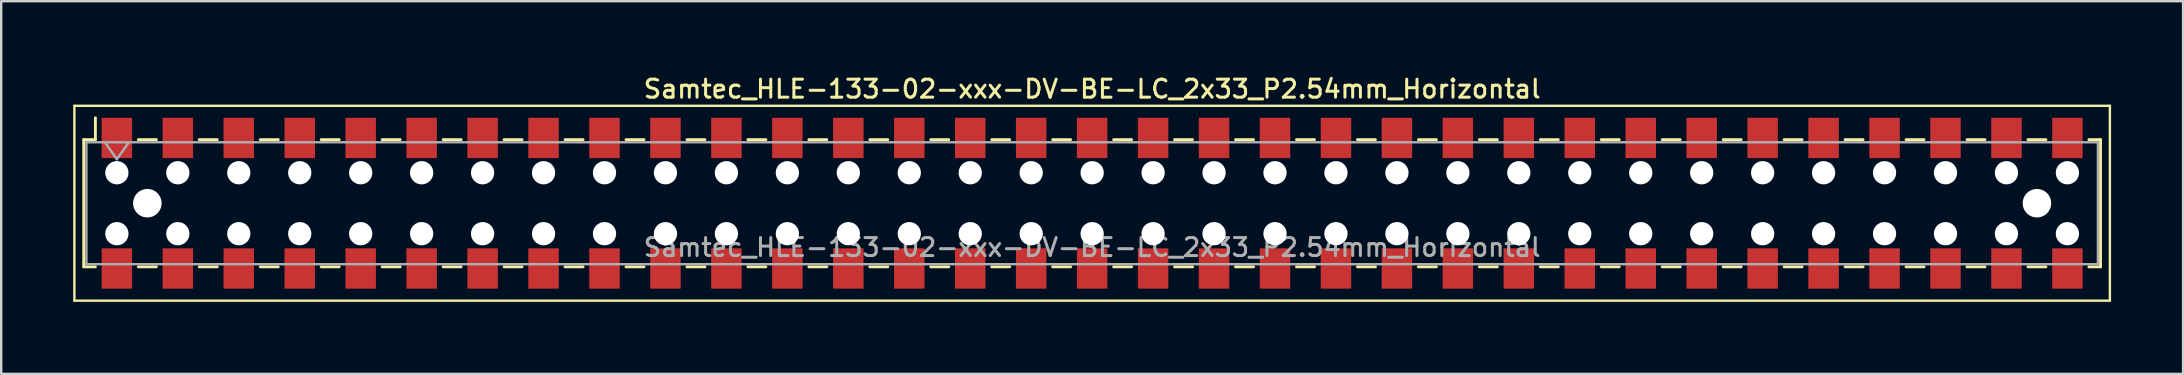
<source format=kicad_pcb>
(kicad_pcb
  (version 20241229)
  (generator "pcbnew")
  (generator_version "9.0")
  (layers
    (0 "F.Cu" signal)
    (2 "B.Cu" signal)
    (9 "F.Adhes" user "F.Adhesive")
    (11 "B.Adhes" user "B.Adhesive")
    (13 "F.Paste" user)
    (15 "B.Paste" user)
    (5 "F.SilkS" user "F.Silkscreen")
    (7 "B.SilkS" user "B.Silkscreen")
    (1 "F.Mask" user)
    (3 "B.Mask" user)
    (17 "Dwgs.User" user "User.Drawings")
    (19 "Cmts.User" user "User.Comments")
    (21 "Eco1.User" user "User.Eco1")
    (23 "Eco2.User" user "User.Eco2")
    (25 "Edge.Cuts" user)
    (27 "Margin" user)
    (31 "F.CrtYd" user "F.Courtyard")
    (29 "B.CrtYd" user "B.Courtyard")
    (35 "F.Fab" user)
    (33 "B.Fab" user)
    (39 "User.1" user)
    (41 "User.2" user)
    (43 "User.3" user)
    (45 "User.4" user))
  (footprint "Samtec_HLE-133-02-xxx-DV-BE-LC_2x33_P2.54mm_Horizontal"
    (layer "F.Cu")
    (at 42.46 5.418)
    (property "Reference" "Samtec_HLE-133-02-xxx-DV-BE-LC_2x33_P2.54mm_Horizontal" (at 0 -4.76 0) (layer "F.SilkS") (effects (font (size 0.75 0.75) (thickness 0.125))))
    (attr smd)
    (fp_line (start -42.41 -4.06) (end 42.41 -4.06) (stroke (width 0.1) (type solid)) (layer "F.SilkS"))
    (fp_line (start -42.41 4.06) (end -42.41 -4.06) (stroke (width 0.1) (type solid)) (layer "F.SilkS"))
    (fp_line (start -42.02 -2.65) (end -42.02 2.65) (stroke (width 0.12) (type solid)) (layer "F.SilkS"))
    (fp_line (start -42.02 2.65) (end -41.535 2.65) (stroke (width 0.12) (type solid)) (layer "F.SilkS"))
    (fp_line (start -41.535 -3.56) (end -41.535 -2.65) (stroke (width 0.12) (type solid)) (layer "F.SilkS"))
    (fp_line (start -41.535 -2.65) (end -42.02 -2.65) (stroke (width 0.12) (type solid)) (layer "F.SilkS"))
    (fp_line (start -39.745 -2.65) (end -38.995 -2.65) (stroke (width 0.12) (type solid)) (layer "F.SilkS"))
    (fp_line (start -39.745 2.65) (end -38.995 2.65) (stroke (width 0.12) (type solid)) (layer "F.SilkS"))
    (fp_line (start -37.205 -2.65) (end -36.455 -2.65) (stroke (width 0.12) (type solid)) (layer "F.SilkS"))
    (fp_line (start -37.205 2.65) (end -36.455 2.65) (stroke (width 0.12) (type solid)) (layer "F.SilkS"))
    (fp_line (start -34.665 -2.65) (end -33.915 -2.65) (stroke (width 0.12) (type solid)) (layer "F.SilkS"))
    (fp_line (start -34.665 2.65) (end -33.915 2.65) (stroke (width 0.12) (type solid)) (layer "F.SilkS"))
    (fp_line (start -32.125 -2.65) (end -31.375 -2.65) (stroke (width 0.12) (type solid)) (layer "F.SilkS"))
    (fp_line (start -32.125 2.65) (end -31.375 2.65) (stroke (width 0.12) (type solid)) (layer "F.SilkS"))
    (fp_line (start -29.585 -2.65) (end -28.835 -2.65) (stroke (width 0.12) (type solid)) (layer "F.SilkS"))
    (fp_line (start -29.585 2.65) (end -28.835 2.65) (stroke (width 0.12) (type solid)) (layer "F.SilkS"))
    (fp_line (start -27.045 -2.65) (end -26.295 -2.65) (stroke (width 0.12) (type solid)) (layer "F.SilkS"))
    (fp_line (start -27.045 2.65) (end -26.295 2.65) (stroke (width 0.12) (type solid)) (layer "F.SilkS"))
    (fp_line (start -24.505 -2.65) (end -23.755 -2.65) (stroke (width 0.12) (type solid)) (layer "F.SilkS"))
    (fp_line (start -24.505 2.65) (end -23.755 2.65) (stroke (width 0.12) (type solid)) (layer "F.SilkS"))
    (fp_line (start -21.965 -2.65) (end -21.215 -2.65) (stroke (width 0.12) (type solid)) (layer "F.SilkS"))
    (fp_line (start -21.965 2.65) (end -21.215 2.65) (stroke (width 0.12) (type solid)) (layer "F.SilkS"))
    (fp_line (start -19.425 -2.65) (end -18.675 -2.65) (stroke (width 0.12) (type solid)) (layer "F.SilkS"))
    (fp_line (start -19.425 2.65) (end -18.675 2.65) (stroke (width 0.12) (type solid)) (layer "F.SilkS"))
    (fp_line (start -16.885 -2.65) (end -16.135 -2.65) (stroke (width 0.12) (type solid)) (layer "F.SilkS"))
    (fp_line (start -16.885 2.65) (end -16.135 2.65) (stroke (width 0.12) (type solid)) (layer "F.SilkS"))
    (fp_line (start -14.345 -2.65) (end -13.595 -2.65) (stroke (width 0.12) (type solid)) (layer "F.SilkS"))
    (fp_line (start -14.345 2.65) (end -13.595 2.65) (stroke (width 0.12) (type solid)) (layer "F.SilkS"))
    (fp_line (start -11.805 -2.65) (end -11.055 -2.65) (stroke (width 0.12) (type solid)) (layer "F.SilkS"))
    (fp_line (start -11.805 2.65) (end -11.055 2.65) (stroke (width 0.12) (type solid)) (layer "F.SilkS"))
    (fp_line (start -9.265 -2.65) (end -8.515 -2.65) (stroke (width 0.12) (type solid)) (layer "F.SilkS"))
    (fp_line (start -9.265 2.65) (end -8.515 2.65) (stroke (width 0.12) (type solid)) (layer "F.SilkS"))
    (fp_line (start -6.725 -2.65) (end -5.975 -2.65) (stroke (width 0.12) (type solid)) (layer "F.SilkS"))
    (fp_line (start -6.725 2.65) (end -5.975 2.65) (stroke (width 0.12) (type solid)) (layer "F.SilkS"))
    (fp_line (start -4.185 -2.65) (end -3.435 -2.65) (stroke (width 0.12) (type solid)) (layer "F.SilkS"))
    (fp_line (start -4.185 2.65) (end -3.435 2.65) (stroke (width 0.12) (type solid)) (layer "F.SilkS"))
    (fp_line (start -1.645 -2.65) (end -0.895 -2.65) (stroke (width 0.12) (type solid)) (layer "F.SilkS"))
    (fp_line (start -1.645 2.65) (end -0.895 2.65) (stroke (width 0.12) (type solid)) (layer "F.SilkS"))
    (fp_line (start 0.895 -2.65) (end 1.645 -2.65) (stroke (width 0.12) (type solid)) (layer "F.SilkS"))
    (fp_line (start 0.895 2.65) (end 1.645 2.65) (stroke (width 0.12) (type solid)) (layer "F.SilkS"))
    (fp_line (start 3.435 -2.65) (end 4.185 -2.65) (stroke (width 0.12) (type solid)) (layer "F.SilkS"))
    (fp_line (start 3.435 2.65) (end 4.185 2.65) (stroke (width 0.12) (type solid)) (layer "F.SilkS"))
    (fp_line (start 5.975 -2.65) (end 6.725 -2.65) (stroke (width 0.12) (type solid)) (layer "F.SilkS"))
    (fp_line (start 5.975 2.65) (end 6.725 2.65) (stroke (width 0.12) (type solid)) (layer "F.SilkS"))
    (fp_line (start 8.515 -2.65) (end 9.265 -2.65) (stroke (width 0.12) (type solid)) (layer "F.SilkS"))
    (fp_line (start 8.515 2.65) (end 9.265 2.65) (stroke (width 0.12) (type solid)) (layer "F.SilkS"))
    (fp_line (start 11.055 -2.65) (end 11.805 -2.65) (stroke (width 0.12) (type solid)) (layer "F.SilkS"))
    (fp_line (start 11.055 2.65) (end 11.805 2.65) (stroke (width 0.12) (type solid)) (layer "F.SilkS"))
    (fp_line (start 13.595 -2.65) (end 14.345 -2.65) (stroke (width 0.12) (type solid)) (layer "F.SilkS"))
    (fp_line (start 13.595 2.65) (end 14.345 2.65) (stroke (width 0.12) (type solid)) (layer "F.SilkS"))
    (fp_line (start 16.135 -2.65) (end 16.885 -2.65) (stroke (width 0.12) (type solid)) (layer "F.SilkS"))
    (fp_line (start 16.135 2.65) (end 16.885 2.65) (stroke (width 0.12) (type solid)) (layer "F.SilkS"))
    (fp_line (start 18.675 -2.65) (end 19.425 -2.65) (stroke (width 0.12) (type solid)) (layer "F.SilkS"))
    (fp_line (start 18.675 2.65) (end 19.425 2.65) (stroke (width 0.12) (type solid)) (layer "F.SilkS"))
    (fp_line (start 21.215 -2.65) (end 21.965 -2.65) (stroke (width 0.12) (type solid)) (layer "F.SilkS"))
    (fp_line (start 21.215 2.65) (end 21.965 2.65) (stroke (width 0.12) (type solid)) (layer "F.SilkS"))
    (fp_line (start 23.755 -2.65) (end 24.505 -2.65) (stroke (width 0.12) (type solid)) (layer "F.SilkS"))
    (fp_line (start 23.755 2.65) (end 24.505 2.65) (stroke (width 0.12) (type solid)) (layer "F.SilkS"))
    (fp_line (start 26.295 -2.65) (end 27.045 -2.65) (stroke (width 0.12) (type solid)) (layer "F.SilkS"))
    (fp_line (start 26.295 2.65) (end 27.045 2.65) (stroke (width 0.12) (type solid)) (layer "F.SilkS"))
    (fp_line (start 28.835 -2.65) (end 29.585 -2.65) (stroke (width 0.12) (type solid)) (layer "F.SilkS"))
    (fp_line (start 28.835 2.65) (end 29.585 2.65) (stroke (width 0.12) (type solid)) (layer "F.SilkS"))
    (fp_line (start 31.375 -2.65) (end 32.125 -2.65) (stroke (width 0.12) (type solid)) (layer "F.SilkS"))
    (fp_line (start 31.375 2.65) (end 32.125 2.65) (stroke (width 0.12) (type solid)) (layer "F.SilkS"))
    (fp_line (start 33.915 -2.65) (end 34.665 -2.65) (stroke (width 0.12) (type solid)) (layer "F.SilkS"))
    (fp_line (start 33.915 2.65) (end 34.665 2.65) (stroke (width 0.12) (type solid)) (layer "F.SilkS"))
    (fp_line (start 36.455 -2.65) (end 37.205 -2.65) (stroke (width 0.12) (type solid)) (layer "F.SilkS"))
    (fp_line (start 36.455 2.65) (end 37.205 2.65) (stroke (width 0.12) (type solid)) (layer "F.SilkS"))
    (fp_line (start 38.995 -2.65) (end 39.745 -2.65) (stroke (width 0.12) (type solid)) (layer "F.SilkS"))
    (fp_line (start 38.995 2.65) (end 39.745 2.65) (stroke (width 0.12) (type solid)) (layer "F.SilkS"))
    (fp_line (start 41.535 -2.65) (end 42.02 -2.65) (stroke (width 0.12) (type solid)) (layer "F.SilkS"))
    (fp_line (start 42.02 -2.65) (end 42.02 2.65) (stroke (width 0.12) (type solid)) (layer "F.SilkS"))
    (fp_line (start 42.02 2.65) (end 41.535 2.65) (stroke (width 0.12) (type solid)) (layer "F.SilkS"))
    (fp_line (start 42.41 -4.06) (end 42.41 4.06) (stroke (width 0.1) (type solid)) (layer "F.SilkS"))
    (fp_line (start 42.41 4.06) (end -42.41 4.06) (stroke (width 0.1) (type solid)) (layer "F.SilkS"))
    (fp_line (start -41.91 -2.54) (end 41.91 -2.54) (stroke (width 0.1) (type solid)) (layer "F.Fab"))
    (fp_line (start -41.91 2.54) (end -41.91 -2.54) (stroke (width 0.1) (type solid)) (layer "F.Fab"))
    (fp_line (start -41.14 -2.54) (end -40.64 -1.833) (stroke (width 0.1) (type solid)) (layer "F.Fab"))
    (fp_line (start -40.64 -1.833) (end -40.14 -2.54) (stroke (width 0.1) (type solid)) (layer "F.Fab"))
    (fp_line (start 41.91 -2.54) (end 41.91 2.54) (stroke (width 0.1) (type solid)) (layer "F.Fab"))
    (fp_line (start 41.91 2.54) (end -41.91 2.54) (stroke (width 0.1) (type solid)) (layer "F.Fab"))
    (fp_text user "${REFERENCE}" (at 0 1.84 0) (layer "F.Fab") (effects (font (size 0.75 0.75) (thickness 0.125))))
    (pad "" np_thru_hole circle (at -40.64 -1.27) (size 0.97 0.97) (drill 0.97) (layers "*.Cu" "*.Mask"))
    (pad "" np_thru_hole circle (at -40.64 1.27) (size 0.97 0.97) (drill 0.97) (layers "*.Cu" "*.Mask"))
    (pad "" np_thru_hole circle (at -39.37 0) (size 1.19 1.19) (drill 1.19) (layers "*.Cu" "*.Mask"))
    (pad "" np_thru_hole circle (at -38.1 -1.27) (size 0.97 0.97) (drill 0.97) (layers "*.Cu" "*.Mask"))
    (pad "" np_thru_hole circle (at -38.1 1.27) (size 0.97 0.97) (drill 0.97) (layers "*.Cu" "*.Mask"))
    (pad "" np_thru_hole circle (at -35.56 -1.27) (size 0.97 0.97) (drill 0.97) (layers "*.Cu" "*.Mask"))
    (pad "" np_thru_hole circle (at -35.56 1.27) (size 0.97 0.97) (drill 0.97) (layers "*.Cu" "*.Mask"))
    (pad "" np_thru_hole circle (at -33.02 -1.27) (size 0.97 0.97) (drill 0.97) (layers "*.Cu" "*.Mask"))
    (pad "" np_thru_hole circle (at -33.02 1.27) (size 0.97 0.97) (drill 0.97) (layers "*.Cu" "*.Mask"))
    (pad "" np_thru_hole circle (at -30.48 -1.27) (size 0.97 0.97) (drill 0.97) (layers "*.Cu" "*.Mask"))
    (pad "" np_thru_hole circle (at -30.48 1.27) (size 0.97 0.97) (drill 0.97) (layers "*.Cu" "*.Mask"))
    (pad "" np_thru_hole circle (at -27.94 -1.27) (size 0.97 0.97) (drill 0.97) (layers "*.Cu" "*.Mask"))
    (pad "" np_thru_hole circle (at -27.94 1.27) (size 0.97 0.97) (drill 0.97) (layers "*.Cu" "*.Mask"))
    (pad "" np_thru_hole circle (at -25.4 -1.27) (size 0.97 0.97) (drill 0.97) (layers "*.Cu" "*.Mask"))
    (pad "" np_thru_hole circle (at -25.4 1.27) (size 0.97 0.97) (drill 0.97) (layers "*.Cu" "*.Mask"))
    (pad "" np_thru_hole circle (at -22.86 -1.27) (size 0.97 0.97) (drill 0.97) (layers "*.Cu" "*.Mask"))
    (pad "" np_thru_hole circle (at -22.86 1.27) (size 0.97 0.97) (drill 0.97) (layers "*.Cu" "*.Mask"))
    (pad "" np_thru_hole circle (at -20.32 -1.27) (size 0.97 0.97) (drill 0.97) (layers "*.Cu" "*.Mask"))
    (pad "" np_thru_hole circle (at -20.32 1.27) (size 0.97 0.97) (drill 0.97) (layers "*.Cu" "*.Mask"))
    (pad "" np_thru_hole circle (at -17.78 -1.27) (size 0.97 0.97) (drill 0.97) (layers "*.Cu" "*.Mask"))
    (pad "" np_thru_hole circle (at -17.78 1.27) (size 0.97 0.97) (drill 0.97) (layers "*.Cu" "*.Mask"))
    (pad "" np_thru_hole circle (at -15.24 -1.27) (size 0.97 0.97) (drill 0.97) (layers "*.Cu" "*.Mask"))
    (pad "" np_thru_hole circle (at -15.24 1.27) (size 0.97 0.97) (drill 0.97) (layers "*.Cu" "*.Mask"))
    (pad "" np_thru_hole circle (at -12.7 -1.27) (size 0.97 0.97) (drill 0.97) (layers "*.Cu" "*.Mask"))
    (pad "" np_thru_hole circle (at -12.7 1.27) (size 0.97 0.97) (drill 0.97) (layers "*.Cu" "*.Mask"))
    (pad "" np_thru_hole circle (at -10.16 -1.27) (size 0.97 0.97) (drill 0.97) (layers "*.Cu" "*.Mask"))
    (pad "" np_thru_hole circle (at -10.16 1.27) (size 0.97 0.97) (drill 0.97) (layers "*.Cu" "*.Mask"))
    (pad "" np_thru_hole circle (at -7.62 -1.27) (size 0.97 0.97) (drill 0.97) (layers "*.Cu" "*.Mask"))
    (pad "" np_thru_hole circle (at -7.62 1.27) (size 0.97 0.97) (drill 0.97) (layers "*.Cu" "*.Mask"))
    (pad "" np_thru_hole circle (at -5.08 -1.27) (size 0.97 0.97) (drill 0.97) (layers "*.Cu" "*.Mask"))
    (pad "" np_thru_hole circle (at -5.08 1.27) (size 0.97 0.97) (drill 0.97) (layers "*.Cu" "*.Mask"))
    (pad "" np_thru_hole circle (at -2.54 -1.27) (size 0.97 0.97) (drill 0.97) (layers "*.Cu" "*.Mask"))
    (pad "" np_thru_hole circle (at -2.54 1.27) (size 0.97 0.97) (drill 0.97) (layers "*.Cu" "*.Mask"))
    (pad "" np_thru_hole circle (at 0 -1.27) (size 0.97 0.97) (drill 0.97) (layers "*.Cu" "*.Mask"))
    (pad "" np_thru_hole circle (at 0 1.27) (size 0.97 0.97) (drill 0.97) (layers "*.Cu" "*.Mask"))
    (pad "" np_thru_hole circle (at 2.54 -1.27) (size 0.97 0.97) (drill 0.97) (layers "*.Cu" "*.Mask"))
    (pad "" np_thru_hole circle (at 2.54 1.27) (size 0.97 0.97) (drill 0.97) (layers "*.Cu" "*.Mask"))
    (pad "" np_thru_hole circle (at 5.08 -1.27) (size 0.97 0.97) (drill 0.97) (layers "*.Cu" "*.Mask"))
    (pad "" np_thru_hole circle (at 5.08 1.27) (size 0.97 0.97) (drill 0.97) (layers "*.Cu" "*.Mask"))
    (pad "" np_thru_hole circle (at 7.62 -1.27) (size 0.97 0.97) (drill 0.97) (layers "*.Cu" "*.Mask"))
    (pad "" np_thru_hole circle (at 7.62 1.27) (size 0.97 0.97) (drill 0.97) (layers "*.Cu" "*.Mask"))
    (pad "" np_thru_hole circle (at 10.16 -1.27) (size 0.97 0.97) (drill 0.97) (layers "*.Cu" "*.Mask"))
    (pad "" np_thru_hole circle (at 10.16 1.27) (size 0.97 0.97) (drill 0.97) (layers "*.Cu" "*.Mask"))
    (pad "" np_thru_hole circle (at 12.7 -1.27) (size 0.97 0.97) (drill 0.97) (layers "*.Cu" "*.Mask"))
    (pad "" np_thru_hole circle (at 12.7 1.27) (size 0.97 0.97) (drill 0.97) (layers "*.Cu" "*.Mask"))
    (pad "" np_thru_hole circle (at 15.24 -1.27) (size 0.97 0.97) (drill 0.97) (layers "*.Cu" "*.Mask"))
    (pad "" np_thru_hole circle (at 15.24 1.27) (size 0.97 0.97) (drill 0.97) (layers "*.Cu" "*.Mask"))
    (pad "" np_thru_hole circle (at 17.78 -1.27) (size 0.97 0.97) (drill 0.97) (layers "*.Cu" "*.Mask"))
    (pad "" np_thru_hole circle (at 17.78 1.27) (size 0.97 0.97) (drill 0.97) (layers "*.Cu" "*.Mask"))
    (pad "" np_thru_hole circle (at 20.32 -1.27) (size 0.97 0.97) (drill 0.97) (layers "*.Cu" "*.Mask"))
    (pad "" np_thru_hole circle (at 20.32 1.27) (size 0.97 0.97) (drill 0.97) (layers "*.Cu" "*.Mask"))
    (pad "" np_thru_hole circle (at 22.86 -1.27) (size 0.97 0.97) (drill 0.97) (layers "*.Cu" "*.Mask"))
    (pad "" np_thru_hole circle (at 22.86 1.27) (size 0.97 0.97) (drill 0.97) (layers "*.Cu" "*.Mask"))
    (pad "" np_thru_hole circle (at 25.4 -1.27) (size 0.97 0.97) (drill 0.97) (layers "*.Cu" "*.Mask"))
    (pad "" np_thru_hole circle (at 25.4 1.27) (size 0.97 0.97) (drill 0.97) (layers "*.Cu" "*.Mask"))
    (pad "" np_thru_hole circle (at 27.94 -1.27) (size 0.97 0.97) (drill 0.97) (layers "*.Cu" "*.Mask"))
    (pad "" np_thru_hole circle (at 27.94 1.27) (size 0.97 0.97) (drill 0.97) (layers "*.Cu" "*.Mask"))
    (pad "" np_thru_hole circle (at 30.48 -1.27) (size 0.97 0.97) (drill 0.97) (layers "*.Cu" "*.Mask"))
    (pad "" np_thru_hole circle (at 30.48 1.27) (size 0.97 0.97) (drill 0.97) (layers "*.Cu" "*.Mask"))
    (pad "" np_thru_hole circle (at 33.02 -1.27) (size 0.97 0.97) (drill 0.97) (layers "*.Cu" "*.Mask"))
    (pad "" np_thru_hole circle (at 33.02 1.27) (size 0.97 0.97) (drill 0.97) (layers "*.Cu" "*.Mask"))
    (pad "" np_thru_hole circle (at 35.56 -1.27) (size 0.97 0.97) (drill 0.97) (layers "*.Cu" "*.Mask"))
    (pad "" np_thru_hole circle (at 35.56 1.27) (size 0.97 0.97) (drill 0.97) (layers "*.Cu" "*.Mask"))
    (pad "" np_thru_hole circle (at 38.1 -1.27) (size 0.97 0.97) (drill 0.97) (layers "*.Cu" "*.Mask"))
    (pad "" np_thru_hole circle (at 38.1 1.27) (size 0.97 0.97) (drill 0.97) (layers "*.Cu" "*.Mask"))
    (pad "" np_thru_hole circle (at 39.37 0) (size 1.19 1.19) (drill 1.19) (layers "*.Cu" "*.Mask"))
    (pad "" np_thru_hole circle (at 40.64 -1.27) (size 0.97 0.97) (drill 0.97) (layers "*.Cu" "*.Mask"))
    (pad "" np_thru_hole circle (at 40.64 1.27) (size 0.97 0.97) (drill 0.97) (layers "*.Cu" "*.Mask"))
    (pad "1" smd rect (at -40.64 -2.72) (size 1.27 1.68) (layers "F.Cu" "F.Mask" "F.Paste"))
    (pad "2" smd rect (at -40.64 2.72) (size 1.27 1.68) (layers "F.Cu" "F.Mask" "F.Paste"))
    (pad "3" smd rect (at -38.1 -2.72) (size 1.27 1.68) (layers "F.Cu" "F.Mask" "F.Paste"))
    (pad "4" smd rect (at -38.1 2.72) (size 1.27 1.68) (layers "F.Cu" "F.Mask" "F.Paste"))
    (pad "5" smd rect (at -35.56 -2.72) (size 1.27 1.68) (layers "F.Cu" "F.Mask" "F.Paste"))
    (pad "6" smd rect (at -35.56 2.72) (size 1.27 1.68) (layers "F.Cu" "F.Mask" "F.Paste"))
    (pad "7" smd rect (at -33.02 -2.72) (size 1.27 1.68) (layers "F.Cu" "F.Mask" "F.Paste"))
    (pad "8" smd rect (at -33.02 2.72) (size 1.27 1.68) (layers "F.Cu" "F.Mask" "F.Paste"))
    (pad "9" smd rect (at -30.48 -2.72) (size 1.27 1.68) (layers "F.Cu" "F.Mask" "F.Paste"))
    (pad "10" smd rect (at -30.48 2.72) (size 1.27 1.68) (layers "F.Cu" "F.Mask" "F.Paste"))
    (pad "11" smd rect (at -27.94 -2.72) (size 1.27 1.68) (layers "F.Cu" "F.Mask" "F.Paste"))
    (pad "12" smd rect (at -27.94 2.72) (size 1.27 1.68) (layers "F.Cu" "F.Mask" "F.Paste"))
    (pad "13" smd rect (at -25.4 -2.72) (size 1.27 1.68) (layers "F.Cu" "F.Mask" "F.Paste"))
    (pad "14" smd rect (at -25.4 2.72) (size 1.27 1.68) (layers "F.Cu" "F.Mask" "F.Paste"))
    (pad "15" smd rect (at -22.86 -2.72) (size 1.27 1.68) (layers "F.Cu" "F.Mask" "F.Paste"))
    (pad "16" smd rect (at -22.86 2.72) (size 1.27 1.68) (layers "F.Cu" "F.Mask" "F.Paste"))
    (pad "17" smd rect (at -20.32 -2.72) (size 1.27 1.68) (layers "F.Cu" "F.Mask" "F.Paste"))
    (pad "18" smd rect (at -20.32 2.72) (size 1.27 1.68) (layers "F.Cu" "F.Mask" "F.Paste"))
    (pad "19" smd rect (at -17.78 -2.72) (size 1.27 1.68) (layers "F.Cu" "F.Mask" "F.Paste"))
    (pad "20" smd rect (at -17.78 2.72) (size 1.27 1.68) (layers "F.Cu" "F.Mask" "F.Paste"))
    (pad "21" smd rect (at -15.24 -2.72) (size 1.27 1.68) (layers "F.Cu" "F.Mask" "F.Paste"))
    (pad "22" smd rect (at -15.24 2.72) (size 1.27 1.68) (layers "F.Cu" "F.Mask" "F.Paste"))
    (pad "23" smd rect (at -12.7 -2.72) (size 1.27 1.68) (layers "F.Cu" "F.Mask" "F.Paste"))
    (pad "24" smd rect (at -12.7 2.72) (size 1.27 1.68) (layers "F.Cu" "F.Mask" "F.Paste"))
    (pad "25" smd rect (at -10.16 -2.72) (size 1.27 1.68) (layers "F.Cu" "F.Mask" "F.Paste"))
    (pad "26" smd rect (at -10.16 2.72) (size 1.27 1.68) (layers "F.Cu" "F.Mask" "F.Paste"))
    (pad "27" smd rect (at -7.62 -2.72) (size 1.27 1.68) (layers "F.Cu" "F.Mask" "F.Paste"))
    (pad "28" smd rect (at -7.62 2.72) (size 1.27 1.68) (layers "F.Cu" "F.Mask" "F.Paste"))
    (pad "29" smd rect (at -5.08 -2.72) (size 1.27 1.68) (layers "F.Cu" "F.Mask" "F.Paste"))
    (pad "30" smd rect (at -5.08 2.72) (size 1.27 1.68) (layers "F.Cu" "F.Mask" "F.Paste"))
    (pad "31" smd rect (at -2.54 -2.72) (size 1.27 1.68) (layers "F.Cu" "F.Mask" "F.Paste"))
    (pad "32" smd rect (at -2.54 2.72) (size 1.27 1.68) (layers "F.Cu" "F.Mask" "F.Paste"))
    (pad "33" smd rect (at 0 -2.72) (size 1.27 1.68) (layers "F.Cu" "F.Mask" "F.Paste"))
    (pad "34" smd rect (at 0 2.72) (size 1.27 1.68) (layers "F.Cu" "F.Mask" "F.Paste"))
    (pad "35" smd rect (at 2.54 -2.72) (size 1.27 1.68) (layers "F.Cu" "F.Mask" "F.Paste"))
    (pad "36" smd rect (at 2.54 2.72) (size 1.27 1.68) (layers "F.Cu" "F.Mask" "F.Paste"))
    (pad "37" smd rect (at 5.08 -2.72) (size 1.27 1.68) (layers "F.Cu" "F.Mask" "F.Paste"))
    (pad "38" smd rect (at 5.08 2.72) (size 1.27 1.68) (layers "F.Cu" "F.Mask" "F.Paste"))
    (pad "39" smd rect (at 7.62 -2.72) (size 1.27 1.68) (layers "F.Cu" "F.Mask" "F.Paste"))
    (pad "40" smd rect (at 7.62 2.72) (size 1.27 1.68) (layers "F.Cu" "F.Mask" "F.Paste"))
    (pad "41" smd rect (at 10.16 -2.72) (size 1.27 1.68) (layers "F.Cu" "F.Mask" "F.Paste"))
    (pad "42" smd rect (at 10.16 2.72) (size 1.27 1.68) (layers "F.Cu" "F.Mask" "F.Paste"))
    (pad "43" smd rect (at 12.7 -2.72) (size 1.27 1.68) (layers "F.Cu" "F.Mask" "F.Paste"))
    (pad "44" smd rect (at 12.7 2.72) (size 1.27 1.68) (layers "F.Cu" "F.Mask" "F.Paste"))
    (pad "45" smd rect (at 15.24 -2.72) (size 1.27 1.68) (layers "F.Cu" "F.Mask" "F.Paste"))
    (pad "46" smd rect (at 15.24 2.72) (size 1.27 1.68) (layers "F.Cu" "F.Mask" "F.Paste"))
    (pad "47" smd rect (at 17.78 -2.72) (size 1.27 1.68) (layers "F.Cu" "F.Mask" "F.Paste"))
    (pad "48" smd rect (at 17.78 2.72) (size 1.27 1.68) (layers "F.Cu" "F.Mask" "F.Paste"))
    (pad "49" smd rect (at 20.32 -2.72) (size 1.27 1.68) (layers "F.Cu" "F.Mask" "F.Paste"))
    (pad "50" smd rect (at 20.32 2.72) (size 1.27 1.68) (layers "F.Cu" "F.Mask" "F.Paste"))
    (pad "51" smd rect (at 22.86 -2.72) (size 1.27 1.68) (layers "F.Cu" "F.Mask" "F.Paste"))
    (pad "52" smd rect (at 22.86 2.72) (size 1.27 1.68) (layers "F.Cu" "F.Mask" "F.Paste"))
    (pad "53" smd rect (at 25.4 -2.72) (size 1.27 1.68) (layers "F.Cu" "F.Mask" "F.Paste"))
    (pad "54" smd rect (at 25.4 2.72) (size 1.27 1.68) (layers "F.Cu" "F.Mask" "F.Paste"))
    (pad "55" smd rect (at 27.94 -2.72) (size 1.27 1.68) (layers "F.Cu" "F.Mask" "F.Paste"))
    (pad "56" smd rect (at 27.94 2.72) (size 1.27 1.68) (layers "F.Cu" "F.Mask" "F.Paste"))
    (pad "57" smd rect (at 30.48 -2.72) (size 1.27 1.68) (layers "F.Cu" "F.Mask" "F.Paste"))
    (pad "58" smd rect (at 30.48 2.72) (size 1.27 1.68) (layers "F.Cu" "F.Mask" "F.Paste"))
    (pad "59" smd rect (at 33.02 -2.72) (size 1.27 1.68) (layers "F.Cu" "F.Mask" "F.Paste"))
    (pad "60" smd rect (at 33.02 2.72) (size 1.27 1.68) (layers "F.Cu" "F.Mask" "F.Paste"))
    (pad "61" smd rect (at 35.56 -2.72) (size 1.27 1.68) (layers "F.Cu" "F.Mask" "F.Paste"))
    (pad "62" smd rect (at 35.56 2.72) (size 1.27 1.68) (layers "F.Cu" "F.Mask" "F.Paste"))
    (pad "63" smd rect (at 38.1 -2.72) (size 1.27 1.68) (layers "F.Cu" "F.Mask" "F.Paste"))
    (pad "64" smd rect (at 38.1 2.72) (size 1.27 1.68) (layers "F.Cu" "F.Mask" "F.Paste"))
    (pad "65" smd rect (at 40.64 -2.72) (size 1.27 1.68) (layers "F.Cu" "F.Mask" "F.Paste"))
    (pad "66" smd rect (at 40.64 2.72) (size 1.27 1.68) (layers "F.Cu" "F.Mask" "F.Paste")))
  (gr_rect
    (start -3 -3)
    (end 87.92 12.528)
    (stroke (width 0.1) (type default))
    (fill no)
    (layer "Edge.Cuts")))
</source>
